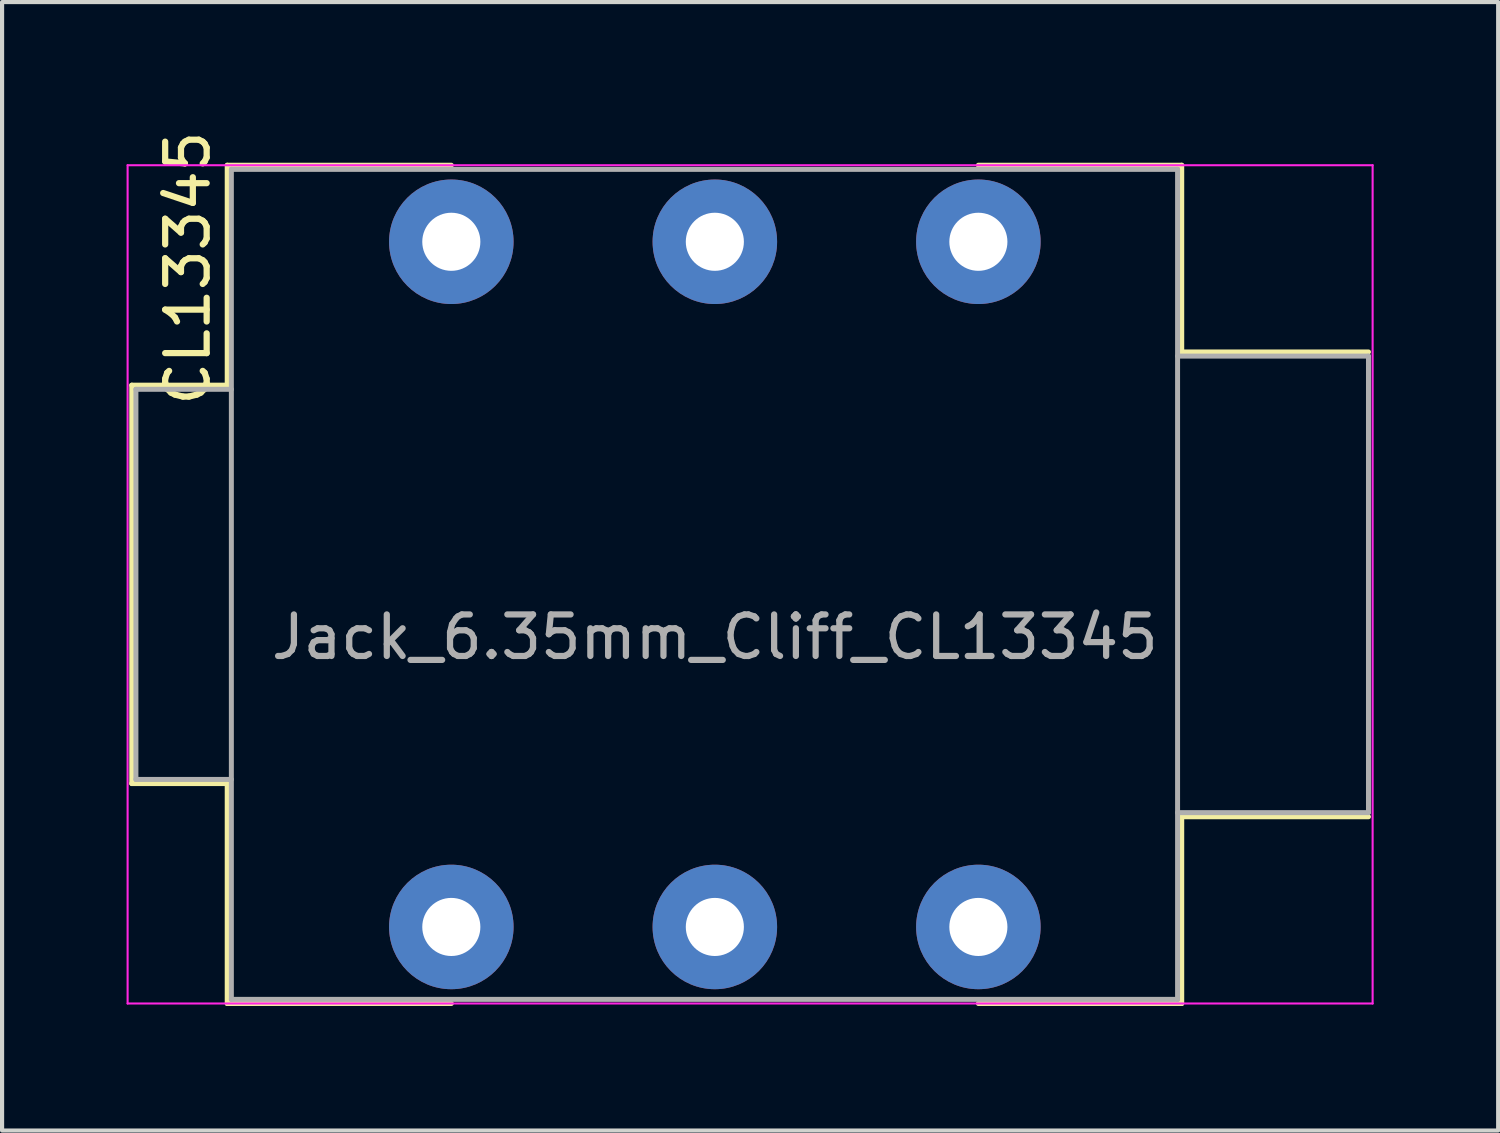
<source format=kicad_pcb>
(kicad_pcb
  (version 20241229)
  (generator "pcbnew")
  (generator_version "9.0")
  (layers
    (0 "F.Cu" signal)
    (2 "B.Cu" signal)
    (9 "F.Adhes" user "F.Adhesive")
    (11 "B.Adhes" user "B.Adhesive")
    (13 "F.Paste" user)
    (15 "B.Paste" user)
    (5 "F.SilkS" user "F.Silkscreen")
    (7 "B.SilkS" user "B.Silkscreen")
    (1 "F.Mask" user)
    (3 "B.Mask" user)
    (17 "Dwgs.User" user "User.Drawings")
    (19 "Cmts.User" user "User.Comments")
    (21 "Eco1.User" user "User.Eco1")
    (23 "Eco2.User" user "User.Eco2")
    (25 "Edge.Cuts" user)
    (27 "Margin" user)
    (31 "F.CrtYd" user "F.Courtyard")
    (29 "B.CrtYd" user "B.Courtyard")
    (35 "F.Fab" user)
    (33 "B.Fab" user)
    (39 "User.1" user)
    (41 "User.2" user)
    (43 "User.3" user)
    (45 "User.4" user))
  (footprint "CL13345"
    (layer "F.Cu")
    (at 20.525 11.031)
    (property "Reference" "CL13345" (at -19.05 -7.62 270) (layer "F.SilkS") (effects (font (size 1 1) (thickness 0.15))))
    (attr through_hole)
    (fp_line (start -20.4 -4.8) (end -20.4 4.8) (stroke (width 0.12) (type solid)) (layer "F.SilkS"))
    (fp_line (start -20.4 4.8) (end -18.1 4.8) (stroke (width 0.12) (type solid)) (layer "F.SilkS"))
    (fp_line (start -18.1 -10.1) (end -18.1 -4.8) (stroke (width 0.12) (type solid)) (layer "F.SilkS"))
    (fp_line (start -18.1 -4.8) (end -20.4 -4.8) (stroke (width 0.12) (type solid)) (layer "F.SilkS"))
    (fp_line (start -18.1 4.8) (end -18.1 10.1) (stroke (width 0.12) (type solid)) (layer "F.SilkS"))
    (fp_line (start -18.1 10.1) (end -12.7 10.1) (stroke (width 0.12) (type solid)) (layer "F.SilkS"))
    (fp_line (start -12.7 -10.1) (end -18.1 -10.1) (stroke (width 0.12) (type solid)) (layer "F.SilkS"))
    (fp_line (start 4.9 -10.1) (end 0 -10.1) (stroke (width 0.12) (type solid)) (layer "F.SilkS"))
    (fp_line (start 4.9 -5.6) (end 4.9 -10.1) (stroke (width 0.12) (type solid)) (layer "F.SilkS"))
    (fp_line (start 4.9 5.6) (end 4.9 10.1) (stroke (width 0.12) (type solid)) (layer "F.SilkS"))
    (fp_line (start 4.9 10.1) (end 0 10.1) (stroke (width 0.12) (type solid)) (layer "F.SilkS"))
    (fp_line (start 9.4 -5.6) (end 4.9 -5.6) (stroke (width 0.12) (type solid)) (layer "F.SilkS"))
    (fp_line (start 9.4 5.6) (end 4.9 5.6) (stroke (width 0.12) (type solid)) (layer "F.SilkS"))
    (fp_line (start -20.5 -10.1) (end 9.5 -10.1) (stroke (width 0.05) (type solid)) (layer "F.CrtYd"))
    (fp_line (start -20.5 10.1) (end -20.5 -10.1) (stroke (width 0.05) (type solid)) (layer "F.CrtYd"))
    (fp_line (start 9.5 -10.1) (end 9.5 10.1) (stroke (width 0.05) (type solid)) (layer "F.CrtYd"))
    (fp_line (start 9.5 10.1) (end -20.5 10.1) (stroke (width 0.05) (type solid)) (layer "F.CrtYd"))
    (fp_line (start -20.3 -4.7) (end -18 -4.7) (stroke (width 0.12) (type solid)) (layer "F.Fab"))
    (fp_line (start -20.3 4.7) (end -20.3 -4.7) (stroke (width 0.12) (type solid)) (layer "F.Fab"))
    (fp_line (start -20.3 4.7) (end -18 4.7) (stroke (width 0.12) (type solid)) (layer "F.Fab"))
    (fp_line (start -18 -10) (end -18 10) (stroke (width 0.12) (type solid)) (layer "F.Fab"))
    (fp_line (start -18 10) (end 4.8 10) (stroke (width 0.12) (type solid)) (layer "F.Fab"))
    (fp_line (start 4.8 -10) (end -18 -10) (stroke (width 0.12) (type solid)) (layer "F.Fab"))
    (fp_line (start 4.8 -10) (end 4.8 10) (stroke (width 0.12) (type solid)) (layer "F.Fab"))
    (fp_line (start 9.4 -5.5) (end 4.8 -5.5) (stroke (width 0.12) (type solid)) (layer "F.Fab"))
    (fp_line (start 9.4 5.5) (end 4.8 5.5) (stroke (width 0.12) (type solid)) (layer "F.Fab"))
    (fp_line (start 9.4 5.5) (end 9.4 -5.5) (stroke (width 0.12) (type solid)) (layer "F.Fab"))
    (fp_text user "Jack_6.35mm_Cliff_CL13345" (at -6.35 1.27 0) (layer "F.Fab") (effects (font (size 1 1) (thickness 0.15))))
    (pad "R" thru_hole circle (at -6.35 -8.255 90) (size 3 3) (drill 1.4) (layers "*.Cu" "*.Mask"))
    (pad "RN" thru_hole circle (at -6.35 8.255 90) (size 3 3) (drill 1.4) (layers "*.Cu" "*.Mask"))
    (pad "S" thru_hole circle (at 0 -8.255 90) (size 3 3) (drill 1.4) (layers "*.Cu" "*.Mask"))
    (pad "SN" thru_hole circle (at 0 8.255 90) (size 3 3) (drill 1.4) (layers "*.Cu" "*.Mask"))
    (pad "T" thru_hole circle (at -12.7 -8.255 90) (size 3 3) (drill 1.4) (layers "*.Cu" "*.Mask"))
    (pad "TN" thru_hole circle (at -12.7 8.255 90) (size 3 3) (drill 1.4) (layers "*.Cu" "*.Mask")))
  (gr_rect
    (start -3 -3)
    (end 33.05 24.191)
    (stroke (width 0.1) (type default))
    (fill no)
    (layer "Edge.Cuts")))
</source>
